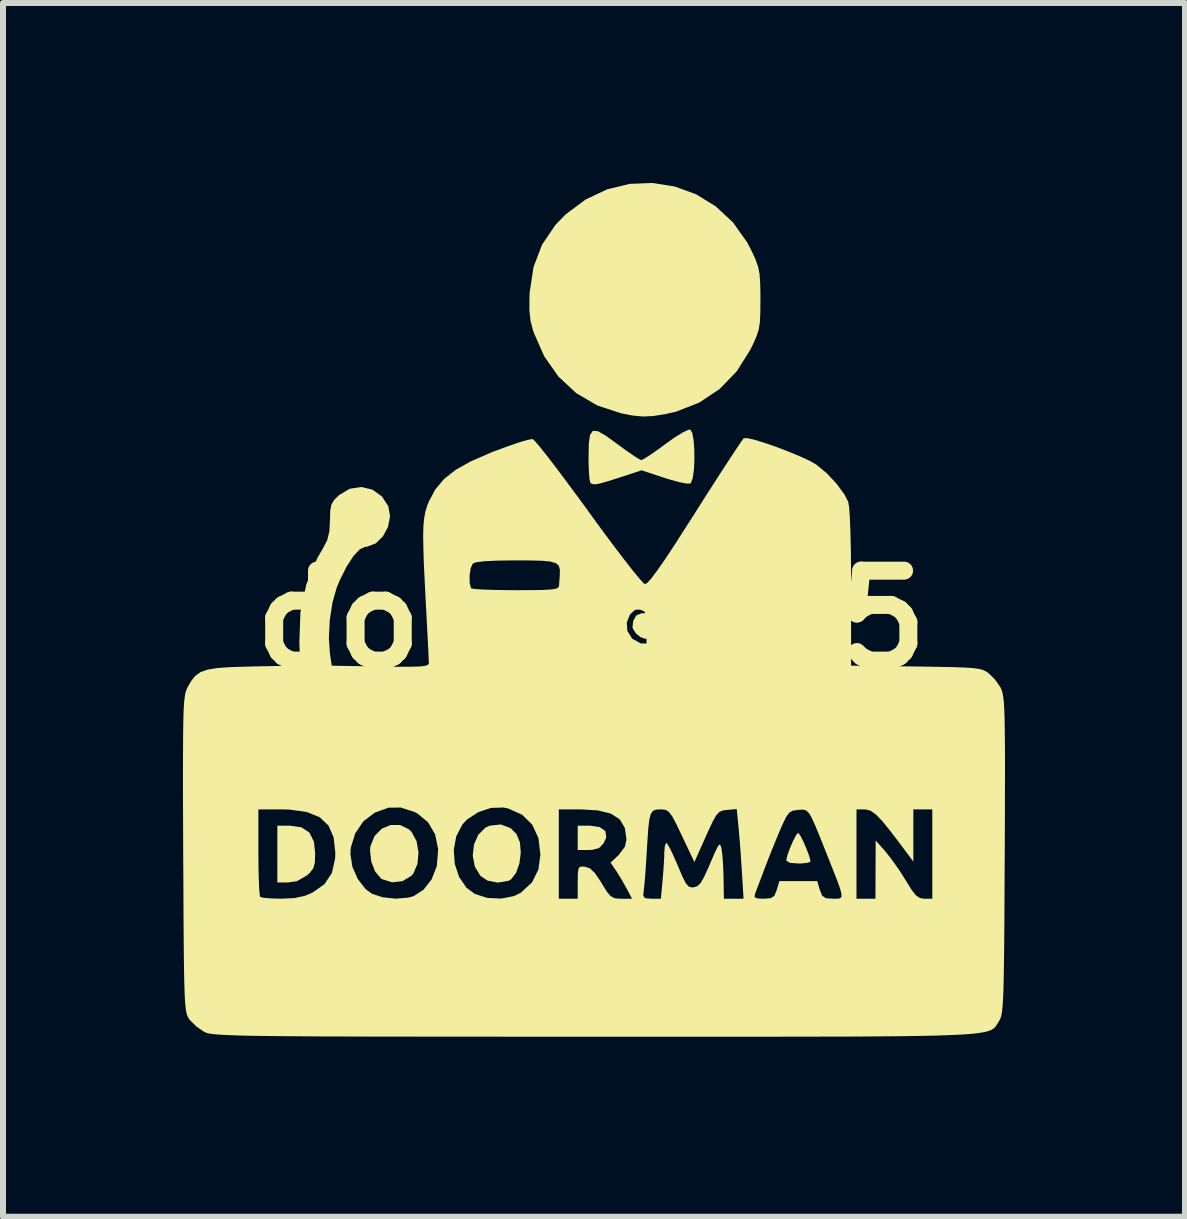
<source format=kicad_pcb>
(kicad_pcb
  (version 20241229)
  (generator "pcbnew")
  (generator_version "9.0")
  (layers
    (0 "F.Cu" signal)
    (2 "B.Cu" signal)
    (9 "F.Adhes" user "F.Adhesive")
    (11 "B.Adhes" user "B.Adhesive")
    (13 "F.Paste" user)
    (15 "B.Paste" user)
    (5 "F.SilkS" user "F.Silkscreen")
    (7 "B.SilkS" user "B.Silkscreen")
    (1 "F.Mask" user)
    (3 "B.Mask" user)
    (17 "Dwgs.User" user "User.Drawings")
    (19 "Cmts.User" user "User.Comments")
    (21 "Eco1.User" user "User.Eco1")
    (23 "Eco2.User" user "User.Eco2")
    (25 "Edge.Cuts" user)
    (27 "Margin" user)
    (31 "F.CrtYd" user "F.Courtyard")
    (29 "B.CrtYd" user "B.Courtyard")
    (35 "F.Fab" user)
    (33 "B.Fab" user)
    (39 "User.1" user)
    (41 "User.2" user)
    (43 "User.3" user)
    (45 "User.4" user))
  (footprint "doorman5"
    (layer "F.Cu")
    (at 6.806 7.284)
    (property "Reference" "doorman5" (at 0 0 0) (layer "F.SilkS") (effects (font (size 1.5 1.5) (thickness 0.3))))
    (attr board_only exclude_from_pos_files exclude_from_bom)
    (fp_poly (pts (xy 0.141 3.453) (xy 0.235 3.519) (xy 0.251 3.623) (xy 0.205 3.725) (xy 0.13 3.802) (xy 0.021 3.832) (xy -0.046 3.835) (xy -0.226 3.835) (xy -0.226 3.632) (xy -0.226 3.429) (xy -0.024 3.429)) (stroke (width 0) (type solid)) (fill yes) (layer "F.SilkS"))
    (fp_poly (pts (xy -4.831 3.457) (xy -4.697 3.546) (xy -4.622 3.699) (xy -4.602 3.896) (xy -4.608 4.047) (xy -4.635 4.143) (xy -4.696 4.22) (xy -4.741 4.259) (xy -4.907 4.355) (xy -5.056 4.376) (xy -5.233 4.376) (xy -5.233 3.902) (xy -5.233 3.429) (xy -5.028 3.429)) (stroke (width 0) (type solid)) (fill yes) (layer "F.SilkS"))
    (fp_poly (pts (xy 1.016 -0.099) (xy 1.078 -0.044) (xy 1.101 0.01) (xy 1.12 0.121) (xy 1.072 0.212) (xy 1.061 0.224) (xy 0.973 0.293) (xy 0.902 0.316) (xy 0.816 0.284) (xy 0.743 0.224) (xy 0.687 0.132) (xy 0.698 0.026) (xy 0.703 0.01) (xy 0.751 -0.076) (xy 0.832 -0.109) (xy 0.902 -0.113)) (stroke (width 0) (type solid)) (fill yes) (layer "F.SilkS"))
    (fp_poly (pts (xy 3.478 3.583) (xy 3.526 3.674) (xy 3.579 3.794) (xy 3.625 3.913) (xy 3.652 4.005) (xy 3.654 4.027) (xy 3.614 4.047) (xy 3.512 4.059) (xy 3.451 4.06) (xy 3.31 4.049) (xy 3.252 4.013) (xy 3.251 4.004) (xy 3.27 3.921) (xy 3.312 3.804) (xy 3.365 3.682) (xy 3.415 3.587) (xy 3.447 3.55)) (stroke (width 0) (type solid)) (fill yes) (layer "F.SilkS"))
    (fp_poly (pts (xy -1.344 3.471) (xy -1.245 3.571) (xy -1.189 3.709) (xy -1.175 3.881) (xy -1.198 4.059) (xy -1.253 4.216) (xy -1.336 4.324) (xy -1.378 4.348) (xy -1.555 4.379) (xy -1.727 4.346) (xy -1.846 4.268) (xy -1.941 4.112) (xy -1.976 3.929) (xy -1.955 3.744) (xy -1.883 3.58) (xy -1.764 3.462) (xy -1.694 3.43) (xy -1.507 3.409)) (stroke (width 0) (type solid)) (fill yes) (layer "F.SilkS"))
    (fp_poly (pts (xy -3.042 3.488) (xy -2.994 3.535) (xy -2.912 3.688) (xy -2.88 3.877) (xy -2.897 4.067) (xy -2.965 4.225) (xy -2.998 4.265) (xy -3.146 4.354) (xy -3.319 4.374) (xy -3.485 4.322) (xy -3.506 4.308) (xy -3.603 4.194) (xy -3.667 4.028) (xy -3.688 3.847) (xy -3.681 3.771) (xy -3.612 3.602) (xy -3.494 3.481) (xy -3.345 3.418) (xy -3.188 3.418)) (stroke (width 0) (type solid)) (fill yes) (layer "F.SilkS"))
    (fp_poly (pts (xy 1.684 -3.117) (xy 1.706 -2.997) (xy 1.718 -2.836) (xy 1.719 -2.659) (xy 1.71 -2.491) (xy 1.69 -2.357) (xy 1.659 -2.28) (xy 1.648 -2.273) (xy 1.577 -2.275) (xy 1.446 -2.302) (xy 1.278 -2.35) (xy 1.211 -2.371) (xy 0.84 -2.494) (xy 0.474 -2.375) (xy 0.274 -2.311) (xy 0.142 -2.274) (xy 0.061 -2.26) (xy 0.013 -2.266) (xy -0.015 -2.286) (xy -0.029 -2.342) (xy -0.039 -2.465) (xy -0.045 -2.634) (xy -0.045 -2.709) (xy -0.041 -2.938) (xy -0.021 -3.084) (xy 0.026 -3.152) (xy 0.109 -3.147) (xy 0.24 -3.073) (xy 0.429 -2.936) (xy 0.433 -2.933) (xy 0.589 -2.819) (xy 0.72 -2.729) (xy 0.809 -2.674) (xy 0.835 -2.664) (xy 0.888 -2.69) (xy 0.995 -2.759) (xy 1.137 -2.859) (xy 1.233 -2.931) (xy 1.394 -3.045) (xy 1.53 -3.128) (xy 1.623 -3.171) (xy 1.651 -3.173)) (stroke (width 0) (type solid)) (fill yes) (layer "F.SilkS"))
    (fp_poly (pts (xy 1.393 -7.225) (xy 1.748 -7.095) (xy 2.074 -6.895) (xy 2.362 -6.627) (xy 2.599 -6.294) (xy 2.674 -6.149) (xy 2.739 -6.007) (xy 2.781 -5.889) (xy 2.805 -5.769) (xy 2.816 -5.619) (xy 2.82 -5.414) (xy 2.82 -5.344) (xy 2.818 -5.122) (xy 2.811 -4.963) (xy 2.791 -4.84) (xy 2.754 -4.726) (xy 2.695 -4.593) (xy 2.65 -4.502) (xy 2.425 -4.144) (xy 2.139 -3.849) (xy 1.8 -3.623) (xy 1.415 -3.472) (xy 1.244 -3.433) (xy 1.032 -3.399) (xy 0.863 -3.391) (xy 0.691 -3.407) (xy 0.496 -3.445) (xy 0.1 -3.575) (xy -0.249 -3.78) (xy -0.546 -4.055) (xy -0.785 -4.396) (xy -0.962 -4.798) (xy -0.97 -4.823) (xy -1.013 -4.989) (xy -1.032 -5.168) (xy -1.03 -5.392) (xy -1.026 -5.468) (xy -0.962 -5.884) (xy -0.82 -6.256) (xy -0.598 -6.584) (xy -0.428 -6.76) (xy -0.094 -7.009) (xy 0.266 -7.178) (xy 0.641 -7.269) (xy 1.02 -7.284)) (stroke (width 0) (type solid)) (fill yes) (layer "F.SilkS"))
    (fp_poly (pts (xy 2.606 -3.03) (xy 2.732 -3) (xy 2.903 -2.947) (xy 3.099 -2.879) (xy 3.301 -2.801) (xy 3.491 -2.722) (xy 3.649 -2.648) (xy 3.753 -2.588) (xy 3.925 -2.446) (xy 4.089 -2.271) (xy 4.22 -2.093) (xy 4.283 -1.969) (xy 4.298 -1.884) (xy 4.31 -1.715) (xy 4.32 -1.469) (xy 4.327 -1.155) (xy 4.331 -0.779) (xy 4.331 -0.541) (xy 4.331 0.762) (xy 5.411 0.776) (xy 5.752 0.781) (xy 6.016 0.786) (xy 6.213 0.793) (xy 6.356 0.802) (xy 6.457 0.815) (xy 6.527 0.833) (xy 6.578 0.857) (xy 6.618 0.883) (xy 6.727 0.99) (xy 6.82 1.122) (xy 6.824 1.131) (xy 6.841 1.169) (xy 6.855 1.216) (xy 6.867 1.28) (xy 6.877 1.368) (xy 6.884 1.487) (xy 6.89 1.644) (xy 6.893 1.847) (xy 6.896 2.103) (xy 6.897 2.418) (xy 6.896 2.801) (xy 6.895 3.258) (xy 6.893 3.796) (xy 6.892 3.925) (xy 6.889 4.481) (xy 6.887 4.955) (xy 6.884 5.352) (xy 6.88 5.68) (xy 6.876 5.947) (xy 6.871 6.158) (xy 6.864 6.322) (xy 6.856 6.446) (xy 6.846 6.536) (xy 6.834 6.6) (xy 6.82 6.644) (xy 6.804 6.676) (xy 6.799 6.684) (xy 6.776 6.721) (xy 6.756 6.753) (xy 6.735 6.783) (xy 6.709 6.809) (xy 6.672 6.832) (xy 6.621 6.853) (xy 6.551 6.871) (xy 6.457 6.886) (xy 6.336 6.9) (xy 6.183 6.911) (xy 5.993 6.92) (xy 5.762 6.928) (xy 5.486 6.934) (xy 5.16 6.939) (xy 4.78 6.942) (xy 4.342 6.945) (xy 3.84 6.946) (xy 3.271 6.947) (xy 2.63 6.948) (xy 1.913 6.948) (xy 1.115 6.948) (xy 0.233 6.948) (xy 0.061 6.948) (xy -0.825 6.948) (xy -1.625 6.947) (xy -2.344 6.947) (xy -2.986 6.946) (xy -3.556 6.946) (xy -4.057 6.944) (xy -4.496 6.943) (xy -4.875 6.94) (xy -5.201 6.938) (xy -5.476 6.935) (xy -5.705 6.931) (xy -5.894 6.926) (xy -6.046 6.921) (xy -6.167 6.915) (xy -6.259 6.908) (xy -6.329 6.9) (xy -6.379 6.892) (xy -6.416 6.882) (xy -6.443 6.871) (xy -6.448 6.869) (xy -6.58 6.779) (xy -6.691 6.67) (xy -6.696 6.663) (xy -6.716 6.634) (xy -6.733 6.6) (xy -6.747 6.555) (xy -6.759 6.491) (xy -6.768 6.401) (xy -6.776 6.277) (xy -6.782 6.113) (xy -6.787 5.902) (xy -6.791 5.636) (xy -6.794 5.307) (xy -6.797 4.91) (xy -6.799 4.436) (xy -6.802 3.91) (xy -6.804 3.355) (xy -6.805 3.158) (xy -5.549 3.158) (xy -5.549 3.872) (xy -5.547 4.118) (xy -5.542 4.33) (xy -5.535 4.495) (xy -5.525 4.595) (xy -5.519 4.617) (xy -5.462 4.632) (xy -5.34 4.642) (xy -5.18 4.647) (xy -5.168 4.647) (xy -4.947 4.636) (xy -4.777 4.6) (xy -4.646 4.545) (xy -4.448 4.405) (xy -4.324 4.219) (xy -4.27 3.979) (xy -4.267 3.902) (xy -4.015 3.902) (xy -3.982 4.115) (xy -3.891 4.32) (xy -3.761 4.487) (xy -3.655 4.565) (xy -3.476 4.623) (xy -3.26 4.646) (xy -3.052 4.629) (xy -2.962 4.605) (xy -2.796 4.497) (xy -2.661 4.324) (xy -2.577 4.11) (xy -2.574 4.098) (xy -2.553 3.835) (xy -2.292 3.835) (xy -2.275 4.068) (xy -2.203 4.285) (xy -2.081 4.463) (xy -1.94 4.568) (xy -1.731 4.634) (xy -1.502 4.645) (xy -1.288 4.603) (xy -1.171 4.545) (xy -0.988 4.375) (xy -0.881 4.16) (xy -0.848 3.911) (xy -0.881 3.635) (xy -0.985 3.411) (xy -1.154 3.246) (xy -1.351 3.158) (xy -0.541 3.158) (xy -0.541 3.902) (xy -0.541 4.647) (xy -0.383 4.647) (xy -0.226 4.647) (xy -0.226 4.373) (xy -0.224 4.223) (xy -0.212 4.142) (xy -0.181 4.112) (xy -0.122 4.112) (xy -0.103 4.114) (xy -0.02 4.142) (xy 0.06 4.219) (xy 0.156 4.359) (xy 0.172 4.387) (xy 0.258 4.527) (xy 0.323 4.604) (xy 0.39 4.639) (xy 0.48 4.647) (xy 0.502 4.647) (xy 0.679 4.647) (xy 0.654 4.599) (xy 0.867 4.599) (xy 0.899 4.639) (xy 0.995 4.647) (xy 1.007 4.647) (xy 1.16 4.647) (xy 1.189 4.342) (xy 1.204 4.155) (xy 1.215 3.976) (xy 1.218 3.866) (xy 1.227 3.763) (xy 1.249 3.717) (xy 1.257 3.718) (xy 1.291 3.769) (xy 1.348 3.882) (xy 1.418 4.038) (xy 1.447 4.107) (xy 1.522 4.283) (xy 1.577 4.39) (xy 1.624 4.443) (xy 1.675 4.459) (xy 1.709 4.457) (xy 1.768 4.438) (xy 1.823 4.385) (xy 1.882 4.282) (xy 1.959 4.114) (xy 1.981 4.061) (xy 2.057 3.885) (xy 2.106 3.782) (xy 2.137 3.743) (xy 2.156 3.759) (xy 2.171 3.813) (xy 2.186 3.924) (xy 2.198 4.091) (xy 2.205 4.28) (xy 2.205 4.297) (xy 2.211 4.647) (xy 2.375 4.647) (xy 2.539 4.647) (xy 2.537 4.619) (xy 2.722 4.619) (xy 2.767 4.642) (xy 2.873 4.647) (xy 2.991 4.639) (xy 3.052 4.599) (xy 3.09 4.507) (xy 3.092 4.5) (xy 3.136 4.354) (xy 3.451 4.354) (xy 3.767 4.354) (xy 3.81 4.5) (xy 3.849 4.597) (xy 3.909 4.638) (xy 4.024 4.647) (xy 4.028 4.647) (xy 4.097 4.648) (xy 4.145 4.642) (xy 4.17 4.619) (xy 4.171 4.566) (xy 4.146 4.473) (xy 4.094 4.329) (xy 4.012 4.121) (xy 3.919 3.887) (xy 3.814 3.623) (xy 3.735 3.431) (xy 3.676 3.3) (xy 3.628 3.219) (xy 3.584 3.177) (xy 3.537 3.162) (xy 3.48 3.164) (xy 3.445 3.167) (xy 3.361 3.179) (xy 3.302 3.212) (xy 3.249 3.283) (xy 3.188 3.41) (xy 3.15 3.496) (xy 3.062 3.708) (xy 2.965 3.949) (xy 2.887 4.151) (xy 2.823 4.321) (xy 2.768 4.466) (xy 2.733 4.558) (xy 2.729 4.568) (xy 2.722 4.619) (xy 2.537 4.619) (xy 2.509 4.162) (xy 2.493 3.928) (xy 2.476 3.695) (xy 2.459 3.499) (xy 2.451 3.415) (xy 2.425 3.158) (xy 4.421 3.158) (xy 4.421 3.902) (xy 4.421 4.647) (xy 4.579 4.647) (xy 4.737 4.647) (xy 4.739 4.162) (xy 4.741 3.677) (xy 4.901 3.857) (xy 5.006 3.99) (xy 5.129 4.163) (xy 5.242 4.341) (xy 5.243 4.342) (xy 5.34 4.499) (xy 5.412 4.591) (xy 5.476 4.635) (xy 5.547 4.647) (xy 5.554 4.647) (xy 5.685 4.647) (xy 5.685 3.902) (xy 5.685 3.158) (xy 5.527 3.158) (xy 5.369 3.158) (xy 5.369 3.593) (xy 5.369 4.029) (xy 5.137 3.717) (xy 4.969 3.498) (xy 4.842 3.343) (xy 4.743 3.242) (xy 4.662 3.184) (xy 4.587 3.161) (xy 4.548 3.158) (xy 4.421 3.158) (xy 2.425 3.158) (xy 2.424 3.153) (xy 2.263 3.167) (xy 2.189 3.177) (xy 2.133 3.202) (xy 2.083 3.257) (xy 2.026 3.358) (xy 1.95 3.519) (xy 1.91 3.609) (xy 1.719 4.036) (xy 1.511 3.597) (xy 1.418 3.403) (xy 1.351 3.277) (xy 1.298 3.204) (xy 1.248 3.169) (xy 1.189 3.159) (xy 1.152 3.158) (xy 1.081 3.162) (xy 1.03 3.181) (xy 0.994 3.23) (xy 0.969 3.32) (xy 0.951 3.466) (xy 0.936 3.681) (xy 0.926 3.857) (xy 0.912 4.076) (xy 0.898 4.276) (xy 0.884 4.431) (xy 0.876 4.5) (xy 0.867 4.599) (xy 0.654 4.599) (xy 0.59 4.478) (xy 0.508 4.332) (xy 0.423 4.194) (xy 0.411 4.177) (xy 0.322 4.045) (xy 0.454 3.922) (xy 0.561 3.78) (xy 0.587 3.661) (xy 0.56 3.467) (xy 0.475 3.324) (xy 0.326 3.228) (xy 0.106 3.174) (xy -0.176 3.158) (xy -0.541 3.158) (xy -1.351 3.158) (xy -1.382 3.144) (xy -1.465 3.127) (xy -1.67 3.133) (xy -1.883 3.204) (xy -2.07 3.326) (xy -2.148 3.409) (xy -2.251 3.608) (xy -2.292 3.835) (xy -2.553 3.835) (xy -2.552 3.823) (xy -2.602 3.577) (xy -2.72 3.373) (xy -2.901 3.224) (xy -2.951 3.199) (xy -3.174 3.127) (xy -3.381 3.13) (xy -3.602 3.21) (xy -3.611 3.214) (xy -3.799 3.357) (xy -3.935 3.558) (xy -4.008 3.795) (xy -4.015 3.902) (xy -4.267 3.902) (xy -4.266 3.88) (xy -4.295 3.624) (xy -4.38 3.428) (xy -4.528 3.288) (xy -4.743 3.201) (xy -5.03 3.161) (xy -5.164 3.158) (xy -5.549 3.158) (xy -6.805 3.158) (xy -6.806 2.882) (xy -6.806 2.486) (xy -6.805 2.158) (xy -6.803 1.891) (xy -6.8 1.678) (xy -6.795 1.513) (xy -6.788 1.387) (xy -6.778 1.294) (xy -6.767 1.226) (xy -6.753 1.176) (xy -6.737 1.137) (xy -6.734 1.131) (xy -6.669 1.017) (xy -6.6 0.931) (xy -6.512 0.869) (xy -6.392 0.827) (xy -6.227 0.801) (xy -6.001 0.786) (xy -5.702 0.777) (xy -5.625 0.775) (xy -4.85 0.761) (xy -4.866 0.376) (xy -4.848 -0.129) (xy -4.749 -0.595) (xy -4.568 -1.028) (xy -4.471 -1.196) (xy -4.4 -1.333) (xy -4.365 -1.481) (xy -4.356 -1.662) (xy -4.351 -1.823) (xy -4.331 -1.926) (xy -4.284 -2.003) (xy -4.206 -2.079) (xy -4.026 -2.187) (xy -3.833 -2.216) (xy -3.647 -2.172) (xy -3.488 -2.057) (xy -3.383 -1.894) (xy -3.354 -1.726) (xy -3.388 -1.551) (xy -3.472 -1.394) (xy -3.594 -1.275) (xy -3.739 -1.22) (xy -3.769 -1.218) (xy -3.86 -1.177) (xy -3.967 -1.061) (xy -4.081 -0.884) (xy -4.194 -0.657) (xy -4.242 -0.541) (xy -4.313 -0.293) (xy -4.359 0.001) (xy -4.374 0.302) (xy -4.357 0.556) (xy -4.326 0.763) (xy -3.516 0.776) (xy -3.224 0.78) (xy -3.01 0.78) (xy -2.864 0.776) (xy -2.772 0.766) (xy -2.724 0.75) (xy -2.708 0.728) (xy -2.707 0.722) (xy -2.71 0.657) (xy -2.716 0.518) (xy -2.726 0.319) (xy -2.739 0.076) (xy -2.741 0.04) (xy 0.592 0.04) (xy 0.601 0.182) (xy 0.682 0.311) (xy 0.685 0.314) (xy 0.826 0.392) (xy 0.978 0.394) (xy 1.114 0.32) (xy 1.126 0.307) (xy 1.204 0.169) (xy 1.209 0.023) (xy 1.149 -0.106) (xy 1.036 -0.197) (xy 0.902 -0.226) (xy 0.752 -0.188) (xy 0.646 -0.092) (xy 0.592 0.04) (xy -2.741 0.04) (xy -2.753 -0.196) (xy -2.754 -0.203) (xy -2.775 -0.614) (xy -2.781 -0.741) (xy -2.028 -0.741) (xy -2.027 -0.618) (xy -2.006 -0.534) (xy -2 -0.526) (xy -1.947 -0.516) (xy -1.819 -0.507) (xy -1.634 -0.501) (xy -1.406 -0.497) (xy -1.256 -0.496) (xy -0.986 -0.497) (xy -0.794 -0.5) (xy -0.665 -0.508) (xy -0.589 -0.52) (xy -0.55 -0.54) (xy -0.537 -0.568) (xy -0.537 -0.575) (xy -0.529 -0.69) (xy -0.525 -0.744) (xy -0.523 -0.836) (xy -0.539 -0.901) (xy -0.588 -0.946) (xy -0.68 -0.973) (xy -0.828 -0.987) (xy -1.045 -0.992) (xy -1.256 -0.993) (xy -1.56 -0.989) (xy -1.779 -0.979) (xy -1.917 -0.962) (xy -1.976 -0.938) (xy -2.01 -0.862) (xy -2.028 -0.741) (xy -2.781 -0.741) (xy -2.791 -0.946) (xy -2.799 -1.211) (xy -2.802 -1.418) (xy -2.797 -1.58) (xy -2.784 -1.707) (xy -2.764 -1.811) (xy -2.736 -1.902) (xy -2.705 -1.978) (xy -2.598 -2.178) (xy -2.454 -2.349) (xy -2.262 -2.501) (xy -2.007 -2.644) (xy -1.678 -2.787) (xy -1.614 -2.813) (xy -1.399 -2.892) (xy -1.211 -2.957) (xy -1.067 -3) (xy -0.985 -3.016) (xy -0.977 -3.016) (xy -0.935 -2.976) (xy -0.847 -2.873) (xy -0.72 -2.713) (xy -0.562 -2.506) (xy -0.378 -2.26) (xy -0.175 -1.985) (xy -0.044 -1.805) (xy 0.166 -1.516) (xy 0.363 -1.251) (xy 0.539 -1.02) (xy 0.687 -0.83) (xy 0.801 -0.691) (xy 0.873 -0.612) (xy 0.895 -0.596) (xy 0.933 -0.617) (xy 0.999 -0.69) (xy 1.097 -0.82) (xy 1.23 -1.011) (xy 1.4 -1.269) (xy 1.611 -1.598) (xy 1.735 -1.792) (xy 1.923 -2.089) (xy 2.098 -2.361) (xy 2.252 -2.599) (xy 2.38 -2.794) (xy 2.475 -2.936) (xy 2.531 -3.016) (xy 2.543 -3.03)) (stroke (width 0) (type solid)) (fill yes) (layer "F.SilkS")))
  (gr_rect
    (start -3 -3)
    (end 16.703 17.232)
    (stroke (width 0.1) (type default))
    (fill no)
    (layer "Edge.Cuts")))
</source>
